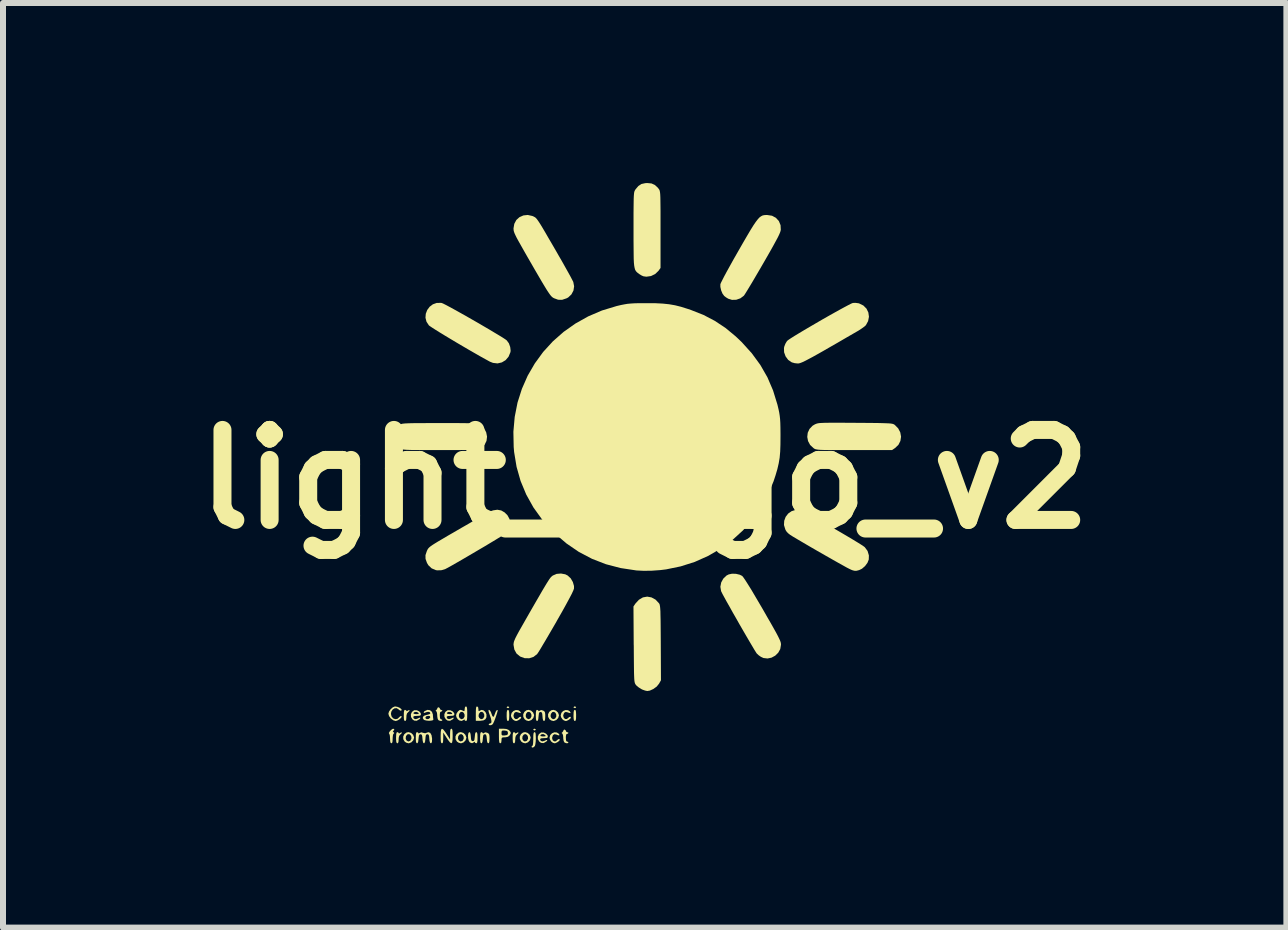
<source format=kicad_pcb>
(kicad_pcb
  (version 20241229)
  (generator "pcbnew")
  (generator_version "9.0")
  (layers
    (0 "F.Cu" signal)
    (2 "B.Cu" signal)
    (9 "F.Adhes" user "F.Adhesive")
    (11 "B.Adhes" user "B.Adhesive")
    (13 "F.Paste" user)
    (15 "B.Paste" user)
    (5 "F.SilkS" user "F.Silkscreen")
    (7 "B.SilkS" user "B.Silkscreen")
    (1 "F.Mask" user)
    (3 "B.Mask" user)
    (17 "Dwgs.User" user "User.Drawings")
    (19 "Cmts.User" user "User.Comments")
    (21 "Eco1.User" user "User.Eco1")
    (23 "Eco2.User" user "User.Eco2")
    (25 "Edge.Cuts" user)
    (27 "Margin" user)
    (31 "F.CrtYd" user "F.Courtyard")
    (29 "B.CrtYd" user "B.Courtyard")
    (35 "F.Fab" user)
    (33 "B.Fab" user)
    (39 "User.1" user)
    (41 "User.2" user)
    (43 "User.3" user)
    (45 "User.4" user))
  (footprint "light_logo_v2"
    (layer "F.Cu")
    (at 7.693 4.936)
    (property "Reference" "light_logo_v2" (at 0 0 0) (layer "F.SilkS") (effects (font (size 1.5 1.5) (thickness 0.3))))
    (attr board_only exclude_from_pos_files exclude_from_bom)
    (fp_poly (pts (xy -2.26 3.793) (xy -2.257 3.8) (xy -2.269 3.813) (xy -2.279 3.814) (xy -2.298 3.807) (xy -2.3 3.8) (xy -2.288 3.787) (xy -2.279 3.786)) (stroke (width 0) (type solid)) (fill yes) (layer "F.SilkS"))
    (fp_poly (pts (xy -1.817 4.165) (xy -1.814 4.171) (xy -1.826 4.184) (xy -1.836 4.186) (xy -1.855 4.178) (xy -1.857 4.171) (xy -1.846 4.159) (xy -1.836 4.157)) (stroke (width 0) (type solid)) (fill yes) (layer "F.SilkS"))
    (fp_poly (pts (xy -1.145 3.793) (xy -1.143 3.8) (xy -1.154 3.813) (xy -1.164 3.814) (xy -1.183 3.807) (xy -1.186 3.8) (xy -1.174 3.787) (xy -1.164 3.786)) (stroke (width 0) (type solid)) (fill yes) (layer "F.SilkS"))
    (fp_poly (pts (xy -2.267 3.849) (xy -2.26 3.871) (xy -2.257 3.915) (xy -2.257 3.936) (xy -2.259 3.988) (xy -2.264 4.017) (xy -2.274 4.028) (xy -2.279 4.029) (xy -2.291 4.022) (xy -2.297 4) (xy -2.3 3.957) (xy -2.3 3.936) (xy -2.299 3.884) (xy -2.293 3.855) (xy -2.283 3.844) (xy -2.279 3.843)) (stroke (width 0) (type solid)) (fill yes) (layer "F.SilkS"))
    (fp_poly (pts (xy -1.152 3.849) (xy -1.146 3.871) (xy -1.143 3.915) (xy -1.143 3.936) (xy -1.144 3.988) (xy -1.149 4.017) (xy -1.159 4.028) (xy -1.164 4.029) (xy -1.176 4.022) (xy -1.183 4) (xy -1.186 3.957) (xy -1.186 3.936) (xy -1.184 3.884) (xy -1.179 3.855) (xy -1.169 3.844) (xy -1.164 3.843)) (stroke (width 0) (type solid)) (fill yes) (layer "F.SilkS"))
    (fp_poly (pts (xy -1.824 4.22) (xy -1.817 4.241) (xy -1.815 4.283) (xy -1.814 4.315) (xy -1.816 4.37) (xy -1.822 4.416) (xy -1.829 4.444) (xy -1.848 4.464) (xy -1.87 4.472) (xy -1.884 4.464) (xy -1.886 4.457) (xy -1.875 4.443) (xy -1.871 4.443) (xy -1.864 4.429) (xy -1.859 4.393) (xy -1.857 4.339) (xy -1.857 4.329) (xy -1.856 4.27) (xy -1.852 4.235) (xy -1.845 4.218) (xy -1.836 4.214)) (stroke (width 0) (type solid)) (fill yes) (layer "F.SilkS"))
    (fp_poly (pts (xy -4.102 4.223) (xy -4.1 4.23) (xy -4.093 4.238) (xy -4.078 4.228) (xy -4.056 4.218) (xy -4.047 4.22) (xy -4.05 4.234) (xy -4.069 4.251) (xy -4.09 4.274) (xy -4.099 4.309) (xy -4.1 4.337) (xy -4.103 4.379) (xy -4.113 4.398) (xy -4.121 4.4) (xy -4.133 4.394) (xy -4.14 4.372) (xy -4.143 4.328) (xy -4.143 4.307) (xy -4.141 4.255) (xy -4.136 4.226) (xy -4.126 4.215) (xy -4.121 4.214)) (stroke (width 0) (type solid)) (fill yes) (layer "F.SilkS"))
    (fp_poly (pts (xy -3.974 3.851) (xy -3.971 3.859) (xy -3.964 3.866) (xy -3.95 3.857) (xy -3.928 3.846) (xy -3.918 3.848) (xy -3.921 3.862) (xy -3.94 3.88) (xy -3.961 3.903) (xy -3.97 3.938) (xy -3.971 3.965) (xy -3.974 4.007) (xy -3.984 4.026) (xy -3.993 4.029) (xy -4.005 4.022) (xy -4.012 4) (xy -4.014 3.957) (xy -4.014 3.936) (xy -4.013 3.884) (xy -4.008 3.855) (xy -3.998 3.844) (xy -3.993 3.843)) (stroke (width 0) (type solid)) (fill yes) (layer "F.SilkS"))
    (fp_poly (pts (xy -2.16 4.223) (xy -2.157 4.23) (xy -2.15 4.238) (xy -2.135 4.228) (xy -2.114 4.218) (xy -2.104 4.22) (xy -2.107 4.234) (xy -2.126 4.251) (xy -2.147 4.274) (xy -2.156 4.309) (xy -2.157 4.337) (xy -2.16 4.379) (xy -2.17 4.398) (xy -2.179 4.4) (xy -2.191 4.394) (xy -2.197 4.372) (xy -2.2 4.328) (xy -2.2 4.307) (xy -2.199 4.255) (xy -2.193 4.226) (xy -2.183 4.215) (xy -2.179 4.214)) (stroke (width 0) (type solid)) (fill yes) (layer "F.SilkS"))
    (fp_poly (pts (xy -4.173 4.165) (xy -4.176 4.182) (xy -4.189 4.191) (xy -4.198 4.201) (xy -4.186 4.214) (xy -4.173 4.229) (xy -4.182 4.238) (xy -4.194 4.257) (xy -4.199 4.3) (xy -4.2 4.323) (xy -4.202 4.37) (xy -4.209 4.394) (xy -4.221 4.4) (xy -4.234 4.393) (xy -4.241 4.368) (xy -4.243 4.323) (xy -4.246 4.275) (xy -4.254 4.246) (xy -4.259 4.24) (xy -4.263 4.228) (xy -4.25 4.205) (xy -4.229 4.181) (xy -4.206 4.163) (xy -4.19 4.157)) (stroke (width 0) (type solid)) (fill yes) (layer "F.SilkS"))
    (fp_poly (pts (xy -2.107 3.849) (xy -2.079 3.866) (xy -2.063 3.889) (xy -2.07 3.898) (xy -2.096 3.891) (xy -2.107 3.886) (xy -2.145 3.877) (xy -2.172 3.893) (xy -2.185 3.931) (xy -2.186 3.944) (xy -2.176 3.977) (xy -2.153 3.996) (xy -2.125 3.995) (xy -2.107 3.98) (xy -2.085 3.962) (xy -2.065 3.958) (xy -2.057 3.971) (xy -2.069 3.99) (xy -2.097 4.011) (xy -2.129 4.026) (xy -2.146 4.029) (xy -2.175 4.019) (xy -2.2 4) (xy -2.222 3.966) (xy -2.229 3.936) (xy -2.217 3.893) (xy -2.187 3.862) (xy -2.148 3.846)) (stroke (width 0) (type solid)) (fill yes) (layer "F.SilkS"))
    (fp_poly (pts (xy -1.464 4.22) (xy -1.436 4.237) (xy -1.42 4.26) (xy -1.427 4.269) (xy -1.453 4.263) (xy -1.464 4.257) (xy -1.502 4.248) (xy -1.529 4.264) (xy -1.542 4.302) (xy -1.543 4.315) (xy -1.533 4.349) (xy -1.51 4.367) (xy -1.482 4.367) (xy -1.464 4.352) (xy -1.442 4.333) (xy -1.423 4.329) (xy -1.414 4.342) (xy -1.426 4.361) (xy -1.454 4.382) (xy -1.486 4.397) (xy -1.503 4.4) (xy -1.532 4.39) (xy -1.557 4.371) (xy -1.579 4.337) (xy -1.586 4.307) (xy -1.574 4.264) (xy -1.544 4.233) (xy -1.505 4.217)) (stroke (width 0) (type solid)) (fill yes) (layer "F.SilkS"))
    (fp_poly (pts (xy -1.278 3.849) (xy -1.25 3.866) (xy -1.234 3.889) (xy -1.241 3.898) (xy -1.267 3.891) (xy -1.278 3.886) (xy -1.316 3.877) (xy -1.343 3.893) (xy -1.357 3.931) (xy -1.357 3.944) (xy -1.347 3.977) (xy -1.324 3.996) (xy -1.296 3.995) (xy -1.278 3.98) (xy -1.257 3.962) (xy -1.237 3.958) (xy -1.229 3.971) (xy -1.24 3.99) (xy -1.268 4.011) (xy -1.3 4.026) (xy -1.317 4.029) (xy -1.346 4.019) (xy -1.371 4) (xy -1.393 3.966) (xy -1.4 3.936) (xy -1.388 3.893) (xy -1.359 3.862) (xy -1.319 3.846)) (stroke (width 0) (type solid)) (fill yes) (layer "F.SilkS"))
    (fp_poly (pts (xy -3.893 4.227) (xy -3.859 4.259) (xy -3.843 4.301) (xy -3.843 4.307) (xy -3.856 4.35) (xy -3.888 4.384) (xy -3.929 4.4) (xy -3.936 4.4) (xy -3.973 4.39) (xy -4 4.371) (xy -4.023 4.331) (xy -4.023 4.32) (xy -3.983 4.32) (xy -3.971 4.351) (xy -3.941 4.37) (xy -3.911 4.361) (xy -3.903 4.354) (xy -3.887 4.324) (xy -3.888 4.291) (xy -3.902 4.263) (xy -3.925 4.247) (xy -3.954 4.252) (xy -3.955 4.252) (xy -3.978 4.281) (xy -3.983 4.32) (xy -4.023 4.32) (xy -4.024 4.287) (xy -4.005 4.248) (xy -3.971 4.221) (xy -3.936 4.214)) (stroke (width 0) (type solid)) (fill yes) (layer "F.SilkS"))
    (fp_poly (pts (xy -3.022 4.227) (xy -2.988 4.259) (xy -2.972 4.301) (xy -2.971 4.307) (xy -2.984 4.35) (xy -3.016 4.384) (xy -3.058 4.4) (xy -3.064 4.4) (xy -3.101 4.39) (xy -3.129 4.371) (xy -3.152 4.331) (xy -3.152 4.32) (xy -3.112 4.32) (xy -3.099 4.351) (xy -3.07 4.37) (xy -3.039 4.361) (xy -3.031 4.354) (xy -3.016 4.324) (xy -3.017 4.291) (xy -3.031 4.263) (xy -3.054 4.247) (xy -3.082 4.252) (xy -3.083 4.252) (xy -3.106 4.281) (xy -3.112 4.32) (xy -3.152 4.32) (xy -3.153 4.287) (xy -3.134 4.248) (xy -3.099 4.221) (xy -3.064 4.214)) (stroke (width 0) (type solid)) (fill yes) (layer "F.SilkS"))
    (fp_poly (pts (xy -1.95 4.227) (xy -1.916 4.259) (xy -1.9 4.301) (xy -1.9 4.307) (xy -1.913 4.35) (xy -1.945 4.384) (xy -1.987 4.4) (xy -1.993 4.4) (xy -2.03 4.39) (xy -2.057 4.371) (xy -2.08 4.331) (xy -2.081 4.32) (xy -2.04 4.32) (xy -2.028 4.351) (xy -1.999 4.37) (xy -1.968 4.361) (xy -1.96 4.354) (xy -1.944 4.324) (xy -1.945 4.291) (xy -1.959 4.263) (xy -1.983 4.247) (xy -2.011 4.252) (xy -2.012 4.252) (xy -2.035 4.281) (xy -2.04 4.32) (xy -2.081 4.32) (xy -2.081 4.287) (xy -2.062 4.248) (xy -2.028 4.221) (xy -1.993 4.214)) (stroke (width 0) (type solid)) (fill yes) (layer "F.SilkS"))
    (fp_poly (pts (xy -1.893 3.856) (xy -1.859 3.888) (xy -1.843 3.929) (xy -1.843 3.936) (xy -1.856 3.978) (xy -1.888 4.012) (xy -1.929 4.028) (xy -1.936 4.029) (xy -1.973 4.019) (xy -2 4) (xy -2.023 3.96) (xy -2.023 3.948) (xy -1.983 3.948) (xy -1.971 3.979) (xy -1.941 3.999) (xy -1.911 3.99) (xy -1.903 3.983) (xy -1.887 3.953) (xy -1.888 3.92) (xy -1.902 3.891) (xy -1.925 3.876) (xy -1.954 3.88) (xy -1.955 3.881) (xy -1.978 3.91) (xy -1.983 3.948) (xy -2.023 3.948) (xy -2.024 3.916) (xy -2.005 3.877) (xy -1.971 3.85) (xy -1.936 3.843)) (stroke (width 0) (type solid)) (fill yes) (layer "F.SilkS"))
    (fp_poly (pts (xy -1.479 3.856) (xy -1.445 3.888) (xy -1.429 3.929) (xy -1.429 3.936) (xy -1.441 3.978) (xy -1.473 4.012) (xy -1.515 4.028) (xy -1.521 4.029) (xy -1.558 4.019) (xy -1.586 4) (xy -1.609 3.96) (xy -1.609 3.948) (xy -1.569 3.948) (xy -1.556 3.979) (xy -1.527 3.999) (xy -1.496 3.99) (xy -1.489 3.983) (xy -1.473 3.953) (xy -1.474 3.92) (xy -1.488 3.891) (xy -1.511 3.876) (xy -1.539 3.88) (xy -1.54 3.881) (xy -1.563 3.91) (xy -1.569 3.948) (xy -1.609 3.948) (xy -1.61 3.916) (xy -1.591 3.877) (xy -1.556 3.85) (xy -1.521 3.843)) (stroke (width 0) (type solid)) (fill yes) (layer "F.SilkS"))
    (fp_poly (pts (xy -2.577 3.855) (xy -2.56 3.886) (xy -2.557 3.896) (xy -2.54 3.942) (xy -2.526 3.96) (xy -2.513 3.952) (xy -2.5 3.919) (xy -2.481 3.87) (xy -2.463 3.845) (xy -2.45 3.845) (xy -2.451 3.861) (xy -2.46 3.896) (xy -2.475 3.942) (xy -2.492 3.991) (xy -2.51 4.037) (xy -2.526 4.071) (xy -2.533 4.082) (xy -2.554 4.096) (xy -2.58 4.1) (xy -2.598 4.092) (xy -2.6 4.086) (xy -2.589 4.073) (xy -2.58 4.071) (xy -2.558 4.062) (xy -2.553 4.033) (xy -2.563 3.982) (xy -2.579 3.936) (xy -2.597 3.886) (xy -2.603 3.857) (xy -2.6 3.844) (xy -2.594 3.843)) (stroke (width 0) (type solid)) (fill yes) (layer "F.SilkS"))
    (fp_poly (pts (xy -3.417 3.811) (xy -3.414 3.821) (xy -3.403 3.84) (xy -3.393 3.843) (xy -3.374 3.851) (xy -3.371 3.857) (xy -3.383 3.87) (xy -3.393 3.871) (xy -3.407 3.88) (xy -3.413 3.908) (xy -3.414 3.936) (xy -3.411 3.978) (xy -3.402 3.997) (xy -3.393 4) (xy -3.374 4.008) (xy -3.371 4.014) (xy -3.382 4.026) (xy -3.407 4.027) (xy -3.433 4.017) (xy -3.44 4.011) (xy -3.451 3.987) (xy -3.457 3.947) (xy -3.457 3.934) (xy -3.461 3.894) (xy -3.471 3.868) (xy -3.475 3.865) (xy -3.486 3.856) (xy -3.475 3.849) (xy -3.459 3.829) (xy -3.457 3.82) (xy -3.446 3.802) (xy -3.436 3.8)) (stroke (width 0) (type solid)) (fill yes) (layer "F.SilkS"))
    (fp_poly (pts (xy -3.211 4.162) (xy -3.204 4.181) (xy -3.201 4.219) (xy -3.2 4.279) (xy -3.202 4.346) (xy -3.209 4.387) (xy -3.223 4.399) (xy -3.245 4.385) (xy -3.277 4.344) (xy -3.299 4.311) (xy -3.357 4.221) (xy -3.357 4.311) (xy -3.359 4.362) (xy -3.364 4.39) (xy -3.375 4.4) (xy -3.379 4.4) (xy -3.389 4.395) (xy -3.396 4.376) (xy -3.399 4.338) (xy -3.4 4.279) (xy -3.398 4.211) (xy -3.391 4.171) (xy -3.377 4.158) (xy -3.355 4.172) (xy -3.323 4.213) (xy -3.301 4.246) (xy -3.243 4.336) (xy -3.243 4.246) (xy -3.241 4.195) (xy -3.236 4.168) (xy -3.225 4.158) (xy -3.221 4.157)) (stroke (width 0) (type solid)) (fill yes) (layer "F.SilkS"))
    (fp_poly (pts (xy -1.317 4.183) (xy -1.314 4.193) (xy -1.303 4.212) (xy -1.293 4.214) (xy -1.274 4.222) (xy -1.271 4.229) (xy -1.283 4.241) (xy -1.293 4.243) (xy -1.307 4.251) (xy -1.313 4.28) (xy -1.314 4.307) (xy -1.311 4.35) (xy -1.302 4.369) (xy -1.293 4.371) (xy -1.274 4.379) (xy -1.271 4.386) (xy -1.282 4.398) (xy -1.307 4.399) (xy -1.333 4.388) (xy -1.34 4.383) (xy -1.351 4.359) (xy -1.357 4.319) (xy -1.357 4.305) (xy -1.361 4.265) (xy -1.371 4.24) (xy -1.375 4.237) (xy -1.386 4.228) (xy -1.375 4.22) (xy -1.359 4.2) (xy -1.357 4.192) (xy -1.346 4.174) (xy -1.336 4.171)) (stroke (width 0) (type solid)) (fill yes) (layer "F.SilkS"))
    (fp_poly (pts (xy -2.795 4.221) (xy -2.788 4.245) (xy -2.786 4.291) (xy -2.786 4.307) (xy -2.787 4.359) (xy -2.792 4.388) (xy -2.802 4.399) (xy -2.807 4.4) (xy -2.826 4.391) (xy -2.829 4.383) (xy -2.833 4.373) (xy -2.846 4.383) (xy -2.877 4.399) (xy -2.91 4.387) (xy -2.92 4.378) (xy -2.934 4.351) (xy -2.942 4.313) (xy -2.944 4.272) (xy -2.939 4.236) (xy -2.928 4.216) (xy -2.922 4.214) (xy -2.908 4.224) (xy -2.9 4.256) (xy -2.897 4.289) (xy -2.893 4.334) (xy -2.885 4.356) (xy -2.871 4.364) (xy -2.864 4.364) (xy -2.847 4.36) (xy -2.838 4.343) (xy -2.833 4.307) (xy -2.831 4.289) (xy -2.826 4.241) (xy -2.816 4.218) (xy -2.806 4.214)) (stroke (width 0) (type solid)) (fill yes) (layer "F.SilkS"))
    (fp_poly (pts (xy -2.702 4.223) (xy -2.7 4.23) (xy -2.693 4.238) (xy -2.678 4.228) (xy -2.653 4.217) (xy -2.621 4.226) (xy -2.6 4.239) (xy -2.59 4.258) (xy -2.586 4.293) (xy -2.586 4.321) (xy -2.588 4.369) (xy -2.595 4.394) (xy -2.606 4.4) (xy -2.62 4.39) (xy -2.628 4.359) (xy -2.631 4.325) (xy -2.636 4.281) (xy -2.643 4.258) (xy -2.657 4.25) (xy -2.664 4.25) (xy -2.681 4.254) (xy -2.691 4.271) (xy -2.696 4.307) (xy -2.697 4.325) (xy -2.703 4.373) (xy -2.713 4.396) (xy -2.722 4.4) (xy -2.734 4.393) (xy -2.74 4.369) (xy -2.743 4.323) (xy -2.743 4.307) (xy -2.741 4.255) (xy -2.736 4.226) (xy -2.726 4.215) (xy -2.721 4.214)) (stroke (width 0) (type solid)) (fill yes) (layer "F.SilkS"))
    (fp_poly (pts (xy -1.774 3.851) (xy -1.771 3.859) (xy -1.764 3.866) (xy -1.75 3.857) (xy -1.725 3.846) (xy -1.692 3.855) (xy -1.672 3.867) (xy -1.661 3.887) (xy -1.657 3.922) (xy -1.657 3.95) (xy -1.659 3.998) (xy -1.666 4.022) (xy -1.678 4.029) (xy -1.692 4.019) (xy -1.7 3.987) (xy -1.703 3.954) (xy -1.707 3.909) (xy -1.715 3.887) (xy -1.729 3.879) (xy -1.736 3.879) (xy -1.753 3.883) (xy -1.762 3.899) (xy -1.767 3.936) (xy -1.769 3.954) (xy -1.774 4.001) (xy -1.784 4.025) (xy -1.794 4.029) (xy -1.805 4.022) (xy -1.812 3.998) (xy -1.814 3.952) (xy -1.814 3.936) (xy -1.813 3.884) (xy -1.808 3.855) (xy -1.798 3.844) (xy -1.793 3.843)) (stroke (width 0) (type solid)) (fill yes) (layer "F.SilkS"))
    (fp_poly (pts (xy -4.119 3.793) (xy -4.08 3.81) (xy -4.054 3.832) (xy -4.051 3.838) (xy -4.053 3.854) (xy -4.07 3.856) (xy -4.092 3.844) (xy -4.1 3.836) (xy -4.132 3.815) (xy -4.167 3.817) (xy -4.2 3.838) (xy -4.222 3.873) (xy -4.229 3.91) (xy -4.218 3.953) (xy -4.192 3.984) (xy -4.157 3.998) (xy -4.121 3.993) (xy -4.095 3.97) (xy -4.073 3.949) (xy -4.055 3.946) (xy -4.049 3.958) (xy -4.061 3.977) (xy -4.086 4) (xy -4.116 4.018) (xy -4.145 4.028) (xy -4.15 4.029) (xy -4.189 4.017) (xy -4.229 3.987) (xy -4.23 3.987) (xy -4.26 3.946) (xy -4.271 3.907) (xy -4.26 3.87) (xy -4.233 3.832) (xy -4.198 3.801) (xy -4.163 3.786) (xy -4.159 3.786)) (stroke (width 0) (type solid)) (fill yes) (layer "F.SilkS"))
    (fp_poly (pts (xy -2.776 3.798) (xy -2.771 3.83) (xy -2.769 3.859) (xy -2.761 3.865) (xy -2.75 3.857) (xy -2.716 3.844) (xy -2.682 3.853) (xy -2.654 3.879) (xy -2.637 3.917) (xy -2.637 3.962) (xy -2.637 3.966) (xy -2.654 3.999) (xy -2.686 4.018) (xy -2.739 4.025) (xy -2.754 4.025) (xy -2.814 4.025) (xy -2.814 3.948) (xy -2.769 3.948) (xy -2.756 3.979) (xy -2.727 3.999) (xy -2.696 3.99) (xy -2.689 3.983) (xy -2.673 3.953) (xy -2.674 3.92) (xy -2.688 3.891) (xy -2.711 3.876) (xy -2.739 3.88) (xy -2.74 3.881) (xy -2.763 3.91) (xy -2.769 3.948) (xy -2.814 3.948) (xy -2.814 3.905) (xy -2.813 3.845) (xy -2.81 3.808) (xy -2.803 3.79) (xy -2.793 3.786)) (stroke (width 0) (type solid)) (fill yes) (layer "F.SilkS"))
    (fp_poly (pts (xy -3.796 3.85) (xy -3.759 3.867) (xy -3.734 3.895) (xy -3.729 3.915) (xy -3.733 3.932) (xy -3.751 3.941) (xy -3.789 3.943) (xy -3.793 3.943) (xy -3.835 3.946) (xy -3.854 3.955) (xy -3.857 3.965) (xy -3.846 3.988) (xy -3.818 3.998) (xy -3.786 3.989) (xy -3.784 3.988) (xy -3.754 3.973) (xy -3.738 3.974) (xy -3.742 3.987) (xy -3.755 4) (xy -3.8 4.025) (xy -3.841 4.022) (xy -3.871 4) (xy -3.894 3.961) (xy -3.896 3.917) (xy -3.887 3.896) (xy -3.854 3.896) (xy -3.846 3.909) (xy -3.813 3.914) (xy -3.807 3.914) (xy -3.773 3.913) (xy -3.764 3.906) (xy -3.772 3.892) (xy -3.798 3.877) (xy -3.829 3.877) (xy -3.851 3.891) (xy -3.854 3.896) (xy -3.887 3.896) (xy -3.878 3.877) (xy -3.844 3.851) (xy -3.836 3.849)) (stroke (width 0) (type solid)) (fill yes) (layer "F.SilkS"))
    (fp_poly (pts (xy -3.239 3.85) (xy -3.202 3.867) (xy -3.176 3.895) (xy -3.171 3.915) (xy -3.176 3.932) (xy -3.194 3.941) (xy -3.232 3.943) (xy -3.236 3.943) (xy -3.278 3.946) (xy -3.297 3.955) (xy -3.3 3.965) (xy -3.289 3.988) (xy -3.261 3.998) (xy -3.229 3.989) (xy -3.227 3.988) (xy -3.196 3.973) (xy -3.181 3.974) (xy -3.185 3.987) (xy -3.198 4) (xy -3.243 4.025) (xy -3.284 4.022) (xy -3.314 4) (xy -3.337 3.961) (xy -3.338 3.917) (xy -3.33 3.896) (xy -3.297 3.896) (xy -3.289 3.909) (xy -3.256 3.914) (xy -3.249 3.914) (xy -3.216 3.913) (xy -3.206 3.906) (xy -3.215 3.892) (xy -3.241 3.877) (xy -3.272 3.877) (xy -3.294 3.891) (xy -3.297 3.896) (xy -3.33 3.896) (xy -3.321 3.877) (xy -3.287 3.851) (xy -3.279 3.849)) (stroke (width 0) (type solid)) (fill yes) (layer "F.SilkS"))
    (fp_poly (pts (xy -2.303 4.162) (xy -2.268 4.177) (xy -2.257 4.186) (xy -2.234 4.213) (xy -2.232 4.235) (xy -2.249 4.266) (xy -2.251 4.268) (xy -2.277 4.291) (xy -2.317 4.3) (xy -2.329 4.3) (xy -2.366 4.302) (xy -2.382 4.311) (xy -2.386 4.336) (xy -2.386 4.35) (xy -2.39 4.387) (xy -2.405 4.4) (xy -2.407 4.4) (xy -2.418 4.395) (xy -2.424 4.376) (xy -2.428 4.338) (xy -2.429 4.279) (xy -2.429 4.229) (xy -2.386 4.229) (xy -2.384 4.258) (xy -2.372 4.269) (xy -2.342 4.27) (xy -2.332 4.269) (xy -2.297 4.263) (xy -2.281 4.25) (xy -2.279 4.229) (xy -2.283 4.205) (xy -2.3 4.193) (xy -2.332 4.188) (xy -2.367 4.187) (xy -2.382 4.196) (xy -2.386 4.22) (xy -2.386 4.229) (xy -2.429 4.229) (xy -2.429 4.157) (xy -2.357 4.157)) (stroke (width 0) (type solid)) (fill yes) (layer "F.SilkS"))
    (fp_poly (pts (xy -1.682 4.221) (xy -1.644 4.239) (xy -1.619 4.266) (xy -1.614 4.286) (xy -1.619 4.304) (xy -1.636 4.312) (xy -1.675 4.314) (xy -1.679 4.314) (xy -1.721 4.317) (xy -1.74 4.326) (xy -1.743 4.336) (xy -1.731 4.36) (xy -1.704 4.369) (xy -1.672 4.36) (xy -1.67 4.359) (xy -1.639 4.345) (xy -1.624 4.345) (xy -1.627 4.359) (xy -1.641 4.372) (xy -1.685 4.397) (xy -1.727 4.393) (xy -1.757 4.371) (xy -1.78 4.332) (xy -1.781 4.288) (xy -1.772 4.268) (xy -1.739 4.268) (xy -1.732 4.281) (xy -1.699 4.286) (xy -1.692 4.286) (xy -1.659 4.284) (xy -1.649 4.278) (xy -1.658 4.264) (xy -1.684 4.248) (xy -1.715 4.248) (xy -1.737 4.263) (xy -1.739 4.268) (xy -1.772 4.268) (xy -1.764 4.249) (xy -1.73 4.223) (xy -1.722 4.22)) (stroke (width 0) (type solid)) (fill yes) (layer "F.SilkS"))
    (fp_poly (pts (xy -3.577 3.849) (xy -3.545 3.876) (xy -3.529 3.922) (xy -3.529 3.936) (xy -3.526 3.975) (xy -3.521 4.003) (xy -3.521 4.003) (xy -3.528 4.015) (xy -3.555 4.022) (xy -3.593 4.025) (xy -3.633 4.022) (xy -3.667 4.014) (xy -3.68 4.008) (xy -3.697 3.982) (xy -3.696 3.969) (xy -3.654 3.969) (xy -3.649 3.987) (xy -3.629 3.998) (xy -3.6 3.994) (xy -3.578 3.977) (xy -3.574 3.968) (xy -3.578 3.949) (xy -3.604 3.943) (xy -3.605 3.943) (xy -3.64 3.95) (xy -3.654 3.969) (xy -3.696 3.969) (xy -3.696 3.966) (xy -3.686 3.949) (xy -3.669 3.938) (xy -3.636 3.928) (xy -3.611 3.922) (xy -3.582 3.912) (xy -3.571 3.899) (xy -3.583 3.881) (xy -3.61 3.875) (xy -3.641 3.882) (xy -3.646 3.884) (xy -3.673 3.895) (xy -3.684 3.888) (xy -3.674 3.87) (xy -3.665 3.863) (xy -3.619 3.843)) (stroke (width 0) (type solid)) (fill yes) (layer "F.SilkS"))
    (fp_poly (pts (xy -2.968 3.791) (xy -2.961 3.81) (xy -2.958 3.847) (xy -2.957 3.907) (xy -2.958 3.968) (xy -2.961 4.005) (xy -2.968 4.024) (xy -2.979 4.029) (xy -2.998 4.019) (xy -3 4.011) (xy -3.004 4.001) (xy -3.017 4.011) (xy -3.051 4.028) (xy -3.09 4.019) (xy -3.114 4) (xy -3.136 3.966) (xy -3.14 3.948) (xy -3.097 3.948) (xy -3.085 3.979) (xy -3.056 3.999) (xy -3.025 3.99) (xy -3.017 3.983) (xy -3.001 3.953) (xy -3.002 3.92) (xy -3.017 3.891) (xy -3.04 3.876) (xy -3.068 3.88) (xy -3.069 3.881) (xy -3.092 3.91) (xy -3.097 3.948) (xy -3.14 3.948) (xy -3.143 3.936) (xy -3.134 3.902) (xy -3.111 3.868) (xy -3.084 3.846) (xy -3.07 3.843) (xy -3.046 3.849) (xy -3.028 3.858) (xy -3.008 3.865) (xy -3.001 3.853) (xy -3 3.829) (xy -2.994 3.795) (xy -2.979 3.786)) (stroke (width 0) (type solid)) (fill yes) (layer "F.SilkS"))
    (fp_poly (pts (xy 0.113 1.969) (xy 0.181 2.006) (xy 0.234 2.062) (xy 0.242 2.072) (xy 0.248 2.084) (xy 0.252 2.101) (xy 0.256 2.124) (xy 0.259 2.157) (xy 0.262 2.202) (xy 0.263 2.262) (xy 0.265 2.339) (xy 0.266 2.437) (xy 0.267 2.558) (xy 0.268 2.704) (xy 0.268 2.726) (xy 0.271 3.35) (xy 0.239 3.407) (xy 0.2 3.455) (xy 0.145 3.495) (xy 0.086 3.522) (xy 0.043 3.529) (xy 0.008 3.522) (xy -0.037 3.506) (xy -0.057 3.496) (xy -0.101 3.468) (xy -0.139 3.436) (xy -0.149 3.424) (xy -0.156 3.413) (xy -0.162 3.401) (xy -0.167 3.384) (xy -0.171 3.361) (xy -0.174 3.327) (xy -0.176 3.281) (xy -0.178 3.22) (xy -0.179 3.142) (xy -0.18 3.043) (xy -0.181 2.922) (xy -0.182 2.774) (xy -0.183 2.752) (xy -0.187 2.12) (xy -0.154 2.071) (xy -0.096 2.008) (xy -0.03 1.969) (xy 0.042 1.956)) (stroke (width 0) (type solid)) (fill yes) (layer "F.SilkS"))
    (fp_poly (pts (xy -3.383 -2.937) (xy -3.36 -2.928) (xy -3.316 -2.906) (xy -3.254 -2.873) (xy -3.177 -2.831) (xy -3.089 -2.782) (xy -2.992 -2.728) (xy -2.891 -2.67) (xy -2.788 -2.611) (xy -2.687 -2.552) (xy -2.591 -2.496) (xy -2.503 -2.443) (xy -2.426 -2.397) (xy -2.364 -2.359) (xy -2.32 -2.33) (xy -2.298 -2.313) (xy -2.298 -2.313) (xy -2.263 -2.265) (xy -2.241 -2.204) (xy -2.234 -2.143) (xy -2.237 -2.118) (xy -2.268 -2.043) (xy -2.317 -1.985) (xy -2.38 -1.947) (xy -2.452 -1.93) (xy -2.528 -1.939) (xy -2.579 -1.959) (xy -2.65 -1.998) (xy -2.735 -2.045) (xy -2.829 -2.099) (xy -2.93 -2.157) (xy -3.034 -2.218) (xy -3.138 -2.279) (xy -3.238 -2.339) (xy -3.333 -2.396) (xy -3.418 -2.448) (xy -3.49 -2.493) (xy -3.546 -2.529) (xy -3.583 -2.554) (xy -3.596 -2.564) (xy -3.636 -2.625) (xy -3.653 -2.691) (xy -3.648 -2.757) (xy -3.624 -2.82) (xy -3.584 -2.874) (xy -3.53 -2.915) (xy -3.466 -2.938) (xy -3.393 -2.939)) (stroke (width 0) (type solid)) (fill yes) (layer "F.SilkS"))
    (fp_poly (pts (xy 2.589 0.513) (xy 2.593 0.514) (xy 2.617 0.524) (xy 2.663 0.547) (xy 2.727 0.581) (xy 2.806 0.623) (xy 2.895 0.673) (xy 2.992 0.728) (xy 3.094 0.786) (xy 3.197 0.845) (xy 3.298 0.904) (xy 3.393 0.96) (xy 3.48 1.012) (xy 3.554 1.057) (xy 3.613 1.094) (xy 3.653 1.121) (xy 3.668 1.133) (xy 3.714 1.195) (xy 3.736 1.269) (xy 3.734 1.338) (xy 3.712 1.393) (xy 3.672 1.447) (xy 3.621 1.491) (xy 3.574 1.514) (xy 3.532 1.525) (xy 3.502 1.526) (xy 3.47 1.519) (xy 3.443 1.509) (xy 3.417 1.497) (xy 3.368 1.472) (xy 3.3 1.434) (xy 3.214 1.386) (xy 3.113 1.329) (xy 2.999 1.264) (xy 2.875 1.193) (xy 2.742 1.116) (xy 2.604 1.035) (xy 2.541 0.998) (xy 2.472 0.957) (xy 2.423 0.926) (xy 2.39 0.9) (xy 2.367 0.876) (xy 2.35 0.85) (xy 2.343 0.835) (xy 2.321 0.763) (xy 2.325 0.692) (xy 2.349 0.627) (xy 2.391 0.572) (xy 2.448 0.532) (xy 2.515 0.511)) (stroke (width 0) (type solid)) (fill yes) (layer "F.SilkS"))
    (fp_poly (pts (xy 3.231 -0.942) (xy 3.351 -0.941) (xy 3.498 -0.94) (xy 3.512 -0.94) (xy 3.661 -0.939) (xy 3.783 -0.938) (xy 3.883 -0.937) (xy 3.962 -0.935) (xy 4.023 -0.933) (xy 4.069 -0.931) (xy 4.103 -0.928) (xy 4.127 -0.924) (xy 4.144 -0.919) (xy 4.156 -0.913) (xy 4.166 -0.906) (xy 4.167 -0.906) (xy 4.224 -0.848) (xy 4.259 -0.781) (xy 4.272 -0.709) (xy 4.261 -0.638) (xy 4.228 -0.573) (xy 4.173 -0.521) (xy 4.122 -0.486) (xy 3.492 -0.486) (xy 3.341 -0.486) (xy 3.217 -0.486) (xy 3.115 -0.486) (xy 3.034 -0.487) (xy 2.971 -0.488) (xy 2.924 -0.49) (xy 2.888 -0.493) (xy 2.863 -0.497) (xy 2.845 -0.501) (xy 2.831 -0.507) (xy 2.82 -0.514) (xy 2.814 -0.518) (xy 2.757 -0.571) (xy 2.722 -0.636) (xy 2.709 -0.705) (xy 2.717 -0.775) (xy 2.747 -0.839) (xy 2.798 -0.892) (xy 2.835 -0.914) (xy 2.851 -0.921) (xy 2.867 -0.927) (xy 2.887 -0.932) (xy 2.913 -0.936) (xy 2.947 -0.938) (xy 2.994 -0.94) (xy 3.055 -0.941) (xy 3.133 -0.942)) (stroke (width 0) (type solid)) (fill yes) (layer "F.SilkS"))
    (fp_poly (pts (xy -3.774 4.223) (xy -3.771 4.23) (xy -3.764 4.238) (xy -3.75 4.228) (xy -3.722 4.217) (xy -3.695 4.225) (xy -3.659 4.233) (xy -3.642 4.227) (xy -3.603 4.215) (xy -3.573 4.228) (xy -3.552 4.265) (xy -3.543 4.322) (xy -3.543 4.33) (xy -3.545 4.375) (xy -3.554 4.396) (xy -3.564 4.4) (xy -3.577 4.39) (xy -3.586 4.359) (xy -3.589 4.325) (xy -3.593 4.281) (xy -3.6 4.258) (xy -3.615 4.25) (xy -3.621 4.25) (xy -3.639 4.254) (xy -3.648 4.271) (xy -3.653 4.307) (xy -3.654 4.325) (xy -3.66 4.374) (xy -3.671 4.397) (xy -3.679 4.4) (xy -3.692 4.389) (xy -3.7 4.354) (xy -3.703 4.325) (xy -3.707 4.281) (xy -3.715 4.258) (xy -3.729 4.25) (xy -3.736 4.25) (xy -3.753 4.254) (xy -3.762 4.271) (xy -3.767 4.307) (xy -3.769 4.325) (xy -3.774 4.373) (xy -3.784 4.396) (xy -3.794 4.4) (xy -3.805 4.393) (xy -3.812 4.369) (xy -3.814 4.323) (xy -3.814 4.307) (xy -3.813 4.255) (xy -3.808 4.226) (xy -3.798 4.215) (xy -3.793 4.214)) (stroke (width 0) (type solid)) (fill yes) (layer "F.SilkS"))
    (fp_poly (pts (xy 1.521 1.576) (xy 1.584 1.591) (xy 1.624 1.611) (xy 1.642 1.632) (xy 1.674 1.678) (xy 1.718 1.747) (xy 1.775 1.838) (xy 1.842 1.952) (xy 1.921 2.086) (xy 1.968 2.166) (xy 2.042 2.296) (xy 2.104 2.403) (xy 2.153 2.49) (xy 2.192 2.56) (xy 2.221 2.615) (xy 2.242 2.658) (xy 2.257 2.691) (xy 2.266 2.717) (xy 2.27 2.738) (xy 2.271 2.756) (xy 2.271 2.758) (xy 2.259 2.83) (xy 2.225 2.891) (xy 2.175 2.94) (xy 2.114 2.973) (xy 2.047 2.987) (xy 1.979 2.979) (xy 1.936 2.959) (xy 1.899 2.933) (xy 1.87 2.906) (xy 1.869 2.906) (xy 1.855 2.885) (xy 1.828 2.842) (xy 1.792 2.781) (xy 1.747 2.705) (xy 1.696 2.618) (xy 1.641 2.523) (xy 1.583 2.423) (xy 1.526 2.322) (xy 1.469 2.223) (xy 1.417 2.129) (xy 1.369 2.045) (xy 1.329 1.972) (xy 1.298 1.915) (xy 1.279 1.877) (xy 1.273 1.864) (xy 1.261 1.792) (xy 1.275 1.72) (xy 1.31 1.656) (xy 1.363 1.605) (xy 1.4 1.586) (xy 1.456 1.574)) (stroke (width 0) (type solid)) (fill yes) (layer "F.SilkS"))
    (fp_poly (pts (xy 2.122 -4.391) (xy 2.187 -4.356) (xy 2.236 -4.302) (xy 2.264 -4.234) (xy 2.268 -4.159) (xy 2.264 -4.137) (xy 2.255 -4.11) (xy 2.239 -4.073) (xy 2.215 -4.024) (xy 2.182 -3.963) (xy 2.139 -3.884) (xy 2.085 -3.788) (xy 2.018 -3.671) (xy 1.973 -3.593) (xy 1.909 -3.483) (xy 1.848 -3.379) (xy 1.793 -3.285) (xy 1.744 -3.204) (xy 1.704 -3.138) (xy 1.674 -3.09) (xy 1.656 -3.063) (xy 1.653 -3.059) (xy 1.595 -3.015) (xy 1.526 -2.991) (xy 1.454 -2.989) (xy 1.393 -3.008) (xy 1.355 -3.031) (xy 1.326 -3.053) (xy 1.297 -3.092) (xy 1.274 -3.147) (xy 1.261 -3.205) (xy 1.261 -3.249) (xy 1.27 -3.272) (xy 1.292 -3.316) (xy 1.324 -3.379) (xy 1.367 -3.459) (xy 1.418 -3.551) (xy 1.475 -3.654) (xy 1.538 -3.764) (xy 1.567 -3.815) (xy 1.645 -3.951) (xy 1.711 -4.064) (xy 1.766 -4.157) (xy 1.812 -4.231) (xy 1.851 -4.288) (xy 1.884 -4.331) (xy 1.912 -4.362) (xy 1.939 -4.382) (xy 1.964 -4.395) (xy 1.991 -4.401) (xy 2.02 -4.403) (xy 2.043 -4.403)) (stroke (width 0) (type solid)) (fill yes) (layer "F.SilkS"))
    (fp_poly (pts (xy -2.391 0.52) (xy -2.334 0.553) (xy -2.287 0.6) (xy -2.255 0.658) (xy -2.238 0.722) (xy -2.242 0.788) (xy -2.267 0.852) (xy -2.294 0.887) (xy -2.313 0.901) (xy -2.352 0.927) (xy -2.41 0.963) (xy -2.483 1.008) (xy -2.568 1.059) (xy -2.661 1.115) (xy -2.76 1.173) (xy -2.86 1.232) (xy -2.959 1.29) (xy -3.053 1.345) (xy -3.14 1.395) (xy -3.215 1.438) (xy -3.276 1.472) (xy -3.32 1.495) (xy -3.321 1.496) (xy -3.386 1.516) (xy -3.456 1.518) (xy -3.479 1.515) (xy -3.55 1.485) (xy -3.605 1.433) (xy -3.628 1.394) (xy -3.652 1.327) (xy -3.653 1.265) (xy -3.631 1.199) (xy -3.627 1.19) (xy -3.62 1.175) (xy -3.612 1.161) (xy -3.602 1.148) (xy -3.587 1.133) (xy -3.566 1.116) (xy -3.536 1.095) (xy -3.495 1.069) (xy -3.441 1.036) (xy -3.371 0.995) (xy -3.285 0.944) (xy -3.179 0.883) (xy -3.052 0.809) (xy -2.973 0.764) (xy -2.875 0.707) (xy -2.782 0.655) (xy -2.698 0.608) (xy -2.626 0.569) (xy -2.571 0.54) (xy -2.535 0.522) (xy -2.526 0.519) (xy -2.456 0.508)) (stroke (width 0) (type solid)) (fill yes) (layer "F.SilkS"))
    (fp_poly (pts (xy -1.324 1.584) (xy -1.284 1.604) (xy -1.233 1.651) (xy -1.197 1.713) (xy -1.178 1.779) (xy -1.178 1.821) (xy -1.189 1.852) (xy -1.214 1.907) (xy -1.255 1.985) (xy -1.31 2.087) (xy -1.38 2.213) (xy -1.465 2.362) (xy -1.474 2.379) (xy -1.538 2.489) (xy -1.598 2.592) (xy -1.653 2.686) (xy -1.702 2.768) (xy -1.741 2.834) (xy -1.771 2.882) (xy -1.789 2.908) (xy -1.791 2.912) (xy -1.852 2.96) (xy -1.923 2.983) (xy -1.999 2.982) (xy -2.074 2.955) (xy -2.077 2.953) (xy -2.136 2.904) (xy -2.172 2.838) (xy -2.186 2.758) (xy -2.186 2.756) (xy -2.184 2.735) (xy -2.18 2.711) (xy -2.17 2.683) (xy -2.154 2.646) (xy -2.13 2.599) (xy -2.096 2.536) (xy -2.051 2.457) (xy -1.994 2.357) (xy -1.973 2.32) (xy -1.889 2.173) (xy -1.817 2.048) (xy -1.757 1.945) (xy -1.708 1.86) (xy -1.667 1.791) (xy -1.635 1.738) (xy -1.609 1.697) (xy -1.589 1.666) (xy -1.573 1.644) (xy -1.56 1.629) (xy -1.548 1.618) (xy -1.537 1.609) (xy -1.53 1.604) (xy -1.467 1.577) (xy -1.395 1.571)) (stroke (width 0) (type solid)) (fill yes) (layer "F.SilkS"))
    (fp_poly (pts (xy 0.114 -4.929) (xy 0.169 -4.904) (xy 0.219 -4.858) (xy 0.235 -4.837) (xy 0.242 -4.827) (xy 0.248 -4.815) (xy 0.252 -4.799) (xy 0.256 -4.777) (xy 0.259 -4.744) (xy 0.261 -4.7) (xy 0.262 -4.641) (xy 0.263 -4.564) (xy 0.264 -4.468) (xy 0.264 -4.349) (xy 0.264 -4.204) (xy 0.264 -4.16) (xy 0.264 -3.521) (xy 0.23 -3.473) (xy 0.175 -3.42) (xy 0.105 -3.386) (xy 0.028 -3.375) (xy -0.021 -3.382) (xy -0.051 -3.395) (xy -0.089 -3.418) (xy -0.096 -3.424) (xy -0.117 -3.439) (xy -0.134 -3.454) (xy -0.148 -3.471) (xy -0.16 -3.493) (xy -0.168 -3.522) (xy -0.175 -3.56) (xy -0.18 -3.611) (xy -0.183 -3.677) (xy -0.184 -3.761) (xy -0.185 -3.866) (xy -0.186 -3.993) (xy -0.186 -4.146) (xy -0.186 -4.161) (xy -0.186 -4.311) (xy -0.186 -4.434) (xy -0.185 -4.534) (xy -0.184 -4.614) (xy -0.183 -4.676) (xy -0.181 -4.722) (xy -0.178 -4.757) (xy -0.175 -4.781) (xy -0.17 -4.799) (xy -0.164 -4.812) (xy -0.157 -4.824) (xy -0.154 -4.829) (xy -0.106 -4.886) (xy -0.054 -4.92) (xy 0.01 -4.934) (xy 0.043 -4.936)) (stroke (width 0) (type solid)) (fill yes) (layer "F.SilkS"))
    (fp_poly (pts (xy 3.566 -2.932) (xy 3.575 -2.929) (xy 3.644 -2.895) (xy 3.696 -2.843) (xy 3.727 -2.779) (xy 3.737 -2.708) (xy 3.723 -2.635) (xy 3.686 -2.567) (xy 3.661 -2.544) (xy 3.618 -2.513) (xy 3.565 -2.478) (xy 3.539 -2.463) (xy 3.364 -2.362) (xy 3.213 -2.274) (xy 3.082 -2.199) (xy 2.971 -2.135) (xy 2.877 -2.082) (xy 2.8 -2.039) (xy 2.736 -2.005) (xy 2.685 -1.978) (xy 2.645 -1.958) (xy 2.614 -1.945) (xy 2.59 -1.936) (xy 2.571 -1.931) (xy 2.556 -1.929) (xy 2.552 -1.929) (xy 2.501 -1.934) (xy 2.454 -1.947) (xy 2.449 -1.949) (xy 2.391 -1.989) (xy 2.348 -2.047) (xy 2.323 -2.116) (xy 2.321 -2.187) (xy 2.327 -2.214) (xy 2.346 -2.261) (xy 2.371 -2.302) (xy 2.376 -2.307) (xy 2.396 -2.323) (xy 2.438 -2.351) (xy 2.498 -2.389) (xy 2.574 -2.435) (xy 2.661 -2.487) (xy 2.758 -2.544) (xy 2.859 -2.603) (xy 2.962 -2.663) (xy 3.064 -2.721) (xy 3.162 -2.776) (xy 3.252 -2.826) (xy 3.331 -2.869) (xy 3.395 -2.903) (xy 3.442 -2.927) (xy 3.468 -2.937) (xy 3.469 -2.938) (xy 3.515 -2.939)) (stroke (width 0) (type solid)) (fill yes) (layer "F.SilkS"))
    (fp_poly (pts (xy -1.872 -4.387) (xy -1.853 -4.379) (xy -1.84 -4.372) (xy -1.827 -4.365) (xy -1.814 -4.354) (xy -1.799 -4.338) (xy -1.782 -4.315) (xy -1.76 -4.283) (xy -1.732 -4.239) (xy -1.697 -4.181) (xy -1.654 -4.108) (xy -1.601 -4.016) (xy -1.536 -3.905) (xy -1.459 -3.772) (xy -1.437 -3.733) (xy -1.38 -3.635) (xy -1.328 -3.542) (xy -1.281 -3.458) (xy -1.241 -3.386) (xy -1.212 -3.331) (xy -1.194 -3.296) (xy -1.19 -3.288) (xy -1.176 -3.215) (xy -1.187 -3.144) (xy -1.221 -3.08) (xy -1.275 -3.029) (xy -1.304 -3.014) (xy -1.376 -2.99) (xy -1.442 -2.991) (xy -1.51 -3.016) (xy -1.514 -3.018) (xy -1.53 -3.027) (xy -1.545 -3.039) (xy -1.561 -3.055) (xy -1.58 -3.079) (xy -1.603 -3.112) (xy -1.632 -3.156) (xy -1.668 -3.215) (xy -1.713 -3.29) (xy -1.768 -3.384) (xy -1.835 -3.499) (xy -1.881 -3.579) (xy -1.955 -3.707) (xy -2.016 -3.814) (xy -2.065 -3.901) (xy -2.104 -3.97) (xy -2.134 -4.025) (xy -2.155 -4.068) (xy -2.17 -4.101) (xy -2.179 -4.127) (xy -2.184 -4.148) (xy -2.185 -4.167) (xy -2.186 -4.18) (xy -2.173 -4.256) (xy -2.139 -4.32) (xy -2.087 -4.367) (xy -2.022 -4.396) (xy -1.949 -4.404)) (stroke (width 0) (type solid)) (fill yes) (layer "F.SilkS"))
    (fp_poly (pts (xy -3.256 -0.936) (xy -3.131 -0.936) (xy -3.029 -0.935) (xy -2.948 -0.934) (xy -2.885 -0.933) (xy -2.837 -0.931) (xy -2.802 -0.928) (xy -2.777 -0.925) (xy -2.759 -0.92) (xy -2.747 -0.915) (xy -2.736 -0.908) (xy -2.733 -0.906) (xy -2.676 -0.849) (xy -2.641 -0.781) (xy -2.627 -0.71) (xy -2.636 -0.639) (xy -2.667 -0.575) (xy -2.719 -0.522) (xy -2.732 -0.514) (xy -2.744 -0.507) (xy -2.758 -0.502) (xy -2.777 -0.497) (xy -2.803 -0.494) (xy -2.839 -0.491) (xy -2.887 -0.489) (xy -2.951 -0.487) (xy -3.032 -0.487) (xy -3.134 -0.486) (xy -3.26 -0.486) (xy -3.407 -0.486) (xy -3.558 -0.486) (xy -3.683 -0.486) (xy -3.784 -0.487) (xy -3.865 -0.487) (xy -3.929 -0.489) (xy -3.977 -0.491) (xy -4.012 -0.494) (xy -4.038 -0.497) (xy -4.056 -0.502) (xy -4.07 -0.508) (xy -4.082 -0.514) (xy -4.139 -0.564) (xy -4.174 -0.626) (xy -4.187 -0.696) (xy -4.178 -0.768) (xy -4.147 -0.836) (xy -4.094 -0.896) (xy -4.081 -0.906) (xy -4.071 -0.913) (xy -4.059 -0.919) (xy -4.043 -0.924) (xy -4.021 -0.927) (xy -3.989 -0.93) (xy -3.945 -0.932) (xy -3.886 -0.934) (xy -3.811 -0.935) (xy -3.715 -0.935) (xy -3.597 -0.936) (xy -3.453 -0.936) (xy -3.407 -0.936)) (stroke (width 0) (type solid)) (fill yes) (layer "F.SilkS"))
    (fp_poly (pts (xy 0.043 -2.934) (xy 0.183 -2.933) (xy 0.301 -2.927) (xy 0.407 -2.916) (xy 0.505 -2.899) (xy 0.605 -2.874) (xy 0.713 -2.84) (xy 0.772 -2.82) (xy 0.98 -2.738) (xy 1.169 -2.639) (xy 1.347 -2.521) (xy 1.517 -2.38) (xy 1.615 -2.287) (xy 1.784 -2.1) (xy 1.927 -1.905) (xy 2.045 -1.699) (xy 2.139 -1.48) (xy 2.212 -1.243) (xy 2.231 -1.163) (xy 2.242 -1.11) (xy 2.25 -1.058) (xy 2.256 -1.004) (xy 2.26 -0.94) (xy 2.262 -0.861) (xy 2.263 -0.762) (xy 2.263 -0.714) (xy 2.262 -0.577) (xy 2.258 -0.461) (xy 2.249 -0.359) (xy 2.233 -0.264) (xy 2.211 -0.169) (xy 2.181 -0.067) (xy 2.148 0.033) (xy 2.054 0.261) (xy 1.936 0.474) (xy 1.797 0.672) (xy 1.637 0.853) (xy 1.459 1.015) (xy 1.265 1.158) (xy 1.055 1.279) (xy 0.833 1.378) (xy 0.6 1.452) (xy 0.357 1.502) (xy 0.259 1.514) (xy 0.119 1.524) (xy -0.016 1.526) (xy -0.136 1.52) (xy -0.143 1.519) (xy -0.401 1.48) (xy -0.646 1.416) (xy -0.878 1.326) (xy -1.097 1.211) (xy -1.302 1.071) (xy -1.495 0.906) (xy -1.536 0.865) (xy -1.708 0.673) (xy -1.854 0.47) (xy -1.974 0.255) (xy -2.068 0.029) (xy -2.135 -0.207) (xy -2.176 -0.455) (xy -2.183 -0.538) (xy -2.188 -0.792) (xy -2.166 -1.039) (xy -2.119 -1.278) (xy -2.046 -1.507) (xy -1.95 -1.725) (xy -1.831 -1.93) (xy -1.692 -2.121) (xy -1.531 -2.297) (xy -1.352 -2.455) (xy -1.155 -2.594) (xy -0.941 -2.714) (xy -0.712 -2.812) (xy -0.468 -2.886) (xy -0.396 -2.903) (xy -0.34 -2.914) (xy -0.287 -2.923) (xy -0.232 -2.928) (xy -0.168 -2.932) (xy -0.089 -2.934) (xy 0.011 -2.934)) (stroke (width 0) (type solid)) (fill yes) (layer "F.SilkS")))
  (gr_rect
    (start -3 -3)
    (end 18.386 12.407)
    (stroke (width 0.1) (type default))
    (fill no)
    (layer "Edge.Cuts")))
</source>
